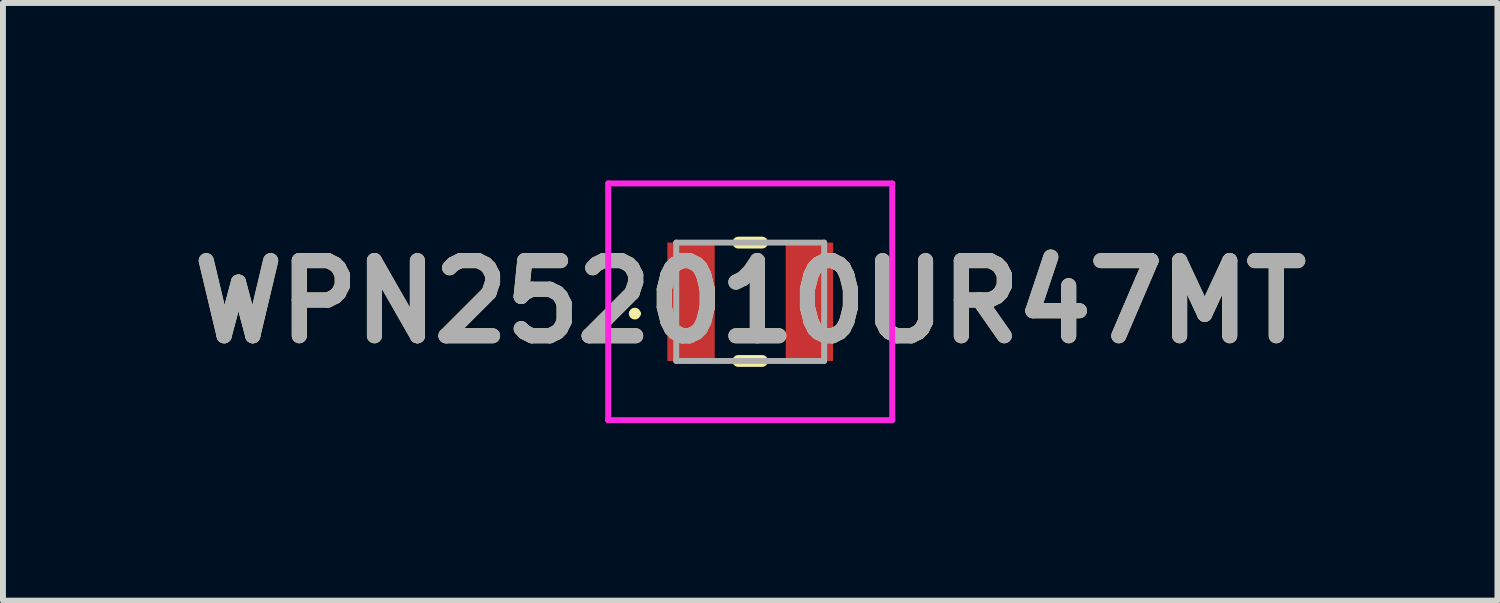
<source format=kicad_pcb>
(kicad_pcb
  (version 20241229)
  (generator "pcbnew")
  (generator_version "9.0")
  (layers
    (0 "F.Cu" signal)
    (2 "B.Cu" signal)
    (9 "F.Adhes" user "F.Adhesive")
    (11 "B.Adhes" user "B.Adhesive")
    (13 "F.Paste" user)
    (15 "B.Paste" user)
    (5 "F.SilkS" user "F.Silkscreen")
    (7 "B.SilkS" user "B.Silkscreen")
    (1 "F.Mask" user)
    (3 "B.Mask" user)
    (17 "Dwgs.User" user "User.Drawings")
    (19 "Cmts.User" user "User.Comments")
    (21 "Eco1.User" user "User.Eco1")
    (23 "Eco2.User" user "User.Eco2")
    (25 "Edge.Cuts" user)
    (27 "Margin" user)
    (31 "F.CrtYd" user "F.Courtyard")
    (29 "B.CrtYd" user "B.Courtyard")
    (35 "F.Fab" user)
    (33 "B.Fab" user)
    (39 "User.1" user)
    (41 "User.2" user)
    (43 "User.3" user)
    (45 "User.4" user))
  (footprint "WPN252010UR47MT"
    (layer "F.Cu")
    (at 9.628 2.05)
    (property "Reference" "WPN252010UR47MT" (at 0 0 0) (layer "F.SilkS") (effects (font (size 1.27 1.27) (thickness 0.254))))
    (attr smd)
    (fp_line (start -2 0.2) (end -2 0.2) (stroke (width 0.1) (type solid)) (layer "F.SilkS"))
    (fp_line (start -1.9 0.2) (end -1.9 0.2) (stroke (width 0.1) (type solid)) (layer "F.SilkS"))
    (fp_line (start -0.2 -1) (end 0.2 -1) (stroke (width 0.2) (type solid)) (layer "F.SilkS"))
    (fp_line (start -0.2 1) (end 0.2 1) (stroke (width 0.2) (type solid)) (layer "F.SilkS"))
    (fp_arc (start -2 0.2) (mid -1.95 0.15) (end -1.9 0.2) (stroke (width 0.1) (type solid)) (layer "F.SilkS"))
    (fp_arc (start -1.9 0.2) (mid -1.95 0.25) (end -2 0.2) (stroke (width 0.1) (type solid)) (layer "F.SilkS"))
    (fp_line (start -2.4 -2) (end 2.4 -2) (stroke (width 0.1) (type solid)) (layer "F.CrtYd"))
    (fp_line (start -2.4 2) (end -2.4 -2) (stroke (width 0.1) (type solid)) (layer "F.CrtYd"))
    (fp_line (start 2.4 -2) (end 2.4 2) (stroke (width 0.1) (type solid)) (layer "F.CrtYd"))
    (fp_line (start 2.4 2) (end -2.4 2) (stroke (width 0.1) (type solid)) (layer "F.CrtYd"))
    (fp_line (start -1.25 -1) (end 1.25 -1) (stroke (width 0.1) (type solid)) (layer "F.Fab"))
    (fp_line (start -1.25 1) (end -1.25 -1) (stroke (width 0.1) (type solid)) (layer "F.Fab"))
    (fp_line (start 1.25 -1) (end 1.25 1) (stroke (width 0.1) (type solid)) (layer "F.Fab"))
    (fp_line (start 1.25 1) (end -1.25 1) (stroke (width 0.1) (type solid)) (layer "F.Fab"))
    (fp_text user "${REFERENCE}" (at 0 0 0) (layer "F.Fab") (effects (font (size 1.27 1.27) (thickness 0.254))))
    (pad "1" smd rect (at -1 0) (size 0.8 2) (layers "F.Cu" "F.Mask" "F.Paste"))
    (pad "2" smd rect (at 1 0) (size 0.8 2) (layers "F.Cu" "F.Mask" "F.Paste")))
  (gr_rect
    (start -3 -3)
    (end 22.256 7.1)
    (stroke (width 0.1) (type default))
    (fill no)
    (layer "Edge.Cuts")))
</source>
